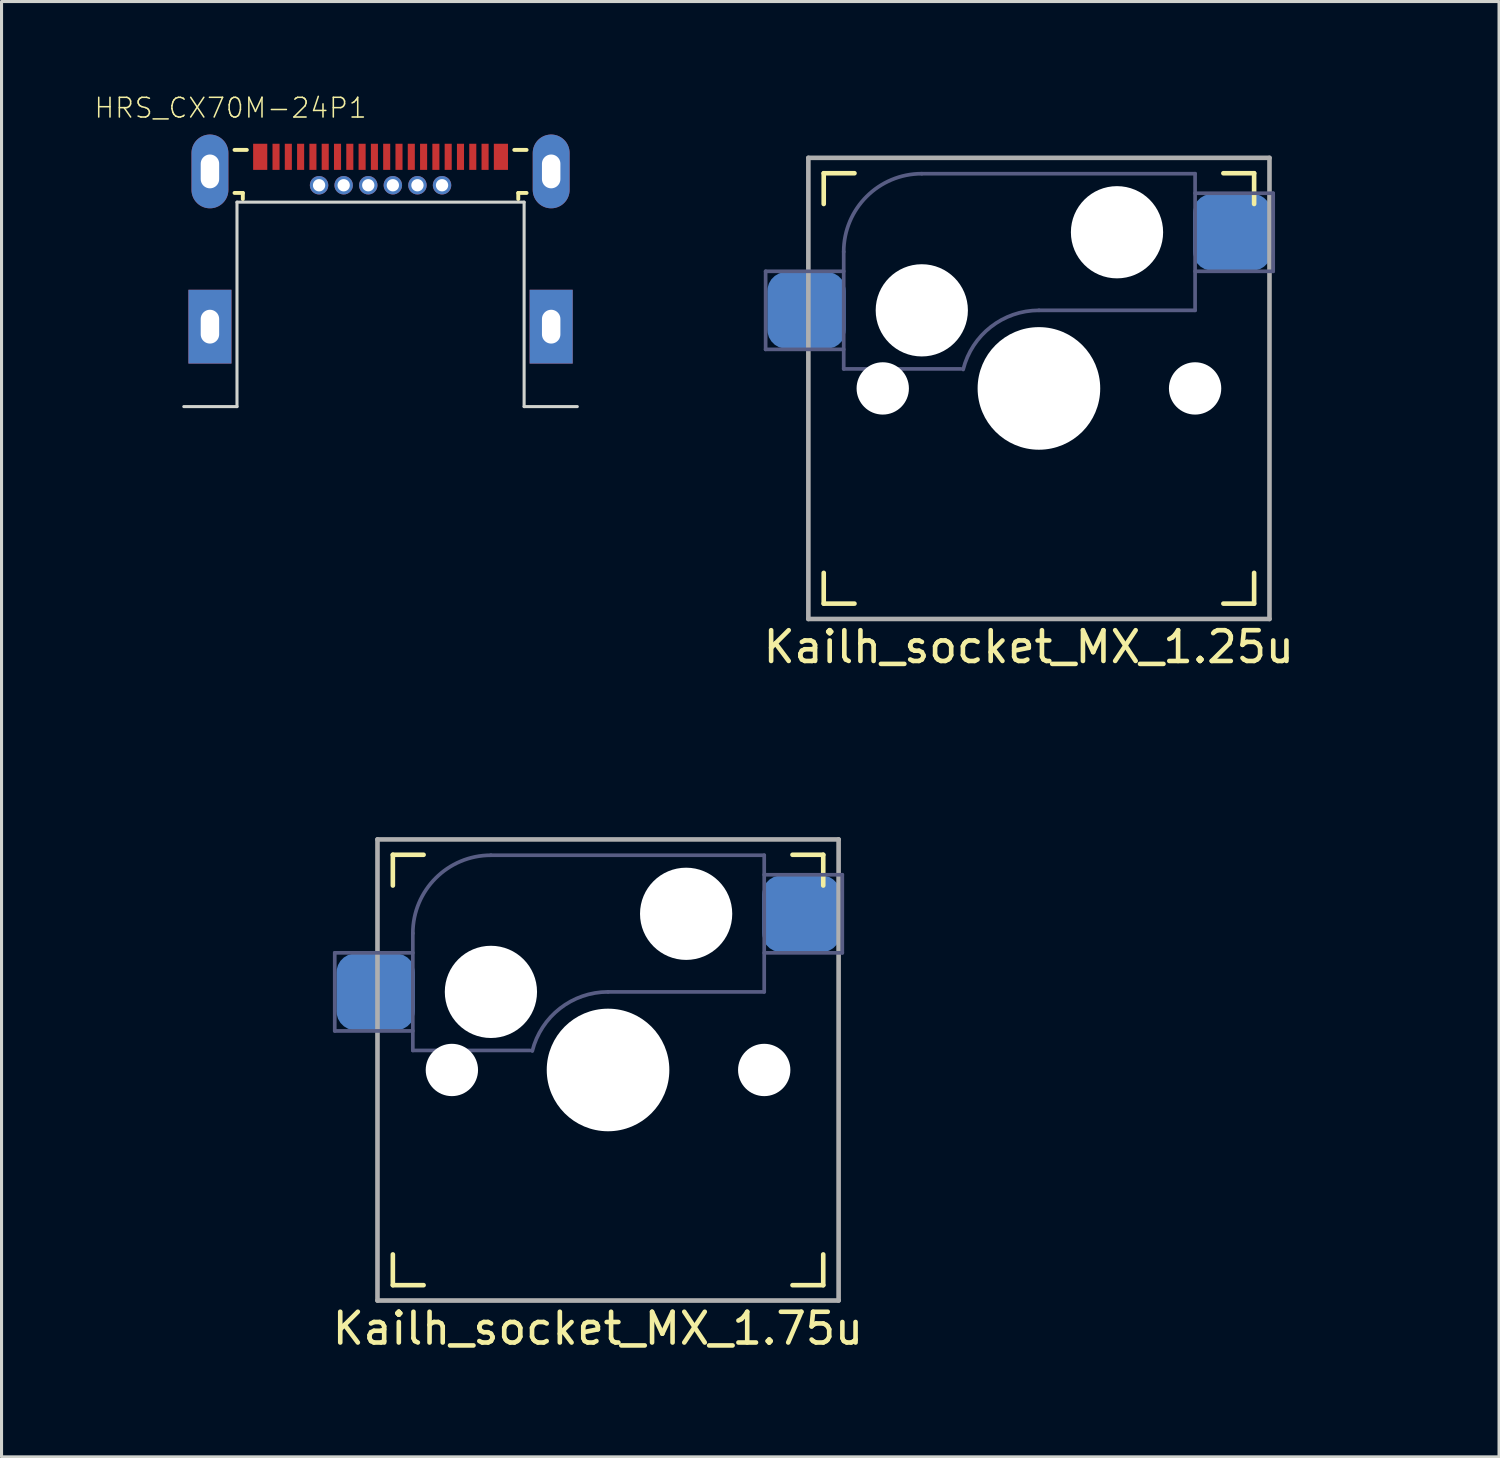
<source format=kicad_pcb>
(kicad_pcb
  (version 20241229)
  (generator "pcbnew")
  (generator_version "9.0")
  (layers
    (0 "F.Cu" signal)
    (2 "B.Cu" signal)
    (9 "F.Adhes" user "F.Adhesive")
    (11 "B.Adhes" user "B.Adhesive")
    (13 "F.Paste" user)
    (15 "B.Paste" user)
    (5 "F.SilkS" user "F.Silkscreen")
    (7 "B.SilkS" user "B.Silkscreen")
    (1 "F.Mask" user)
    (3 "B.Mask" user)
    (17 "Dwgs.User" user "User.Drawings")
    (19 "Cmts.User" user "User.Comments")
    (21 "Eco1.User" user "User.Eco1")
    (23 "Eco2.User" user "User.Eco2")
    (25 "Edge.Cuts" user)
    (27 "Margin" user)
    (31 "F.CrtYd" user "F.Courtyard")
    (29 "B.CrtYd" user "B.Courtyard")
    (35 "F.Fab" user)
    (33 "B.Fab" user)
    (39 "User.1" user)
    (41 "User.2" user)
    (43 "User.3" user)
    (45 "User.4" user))
  (footprint "Kailh_socket_MX_1.75u"
    (layer "F.Cu")
    (at 16.729 31.755)
    (property "Reference" "Kailh_socket_MX_1.75u" (at -0.33 8.41 180) (layer "F.SilkS") (effects (font (size 1 1) (thickness 0.15))))
    (attr through_hole)
    (fp_line (start -7 -7) (end -6 -7) (stroke (width 0.15) (type solid)) (layer "F.SilkS"))
    (fp_line (start -7 -6) (end -7 -7) (stroke (width 0.15) (type solid)) (layer "F.SilkS"))
    (fp_line (start -7 7) (end -7 6) (stroke (width 0.15) (type solid)) (layer "F.SilkS"))
    (fp_line (start -6 7) (end -7 7) (stroke (width 0.15) (type solid)) (layer "F.SilkS"))
    (fp_line (start 6 -7) (end 7 -7) (stroke (width 0.15) (type solid)) (layer "F.SilkS"))
    (fp_line (start 7 -7) (end 7 -6) (stroke (width 0.15) (type solid)) (layer "F.SilkS"))
    (fp_line (start 7 6) (end 7 7) (stroke (width 0.15) (type solid)) (layer "F.SilkS"))
    (fp_line (start 7 7) (end 6 7) (stroke (width 0.15) (type solid)) (layer "F.SilkS"))
    (fp_line (start -7 7) (end -7 -7) (stroke (width 0.1) (type solid)) (layer "Eco1.User"))
    (fp_line (start 7 -7) (end -7 -7) (stroke (width 0.1) (type solid)) (layer "Eco1.User"))
    (fp_line (start 7 7) (end -7 7) (stroke (width 0.1) (type solid)) (layer "Eco1.User"))
    (fp_line (start 7 7) (end 7 -7) (stroke (width 0.1) (type solid)) (layer "Eco1.User"))
    (fp_line (start -16.669 -9.525) (end 16.669 -9.525) (stroke (width 0.12) (type solid)) (layer "Eco2.User"))
    (fp_line (start -16.669 9.525) (end -16.669 -9.525) (stroke (width 0.12) (type solid)) (layer "Eco2.User"))
    (fp_line (start -0.8 4.25) (end 0.8 4.25) (stroke (width 0.12) (type solid)) (layer "Eco2.User"))
    (fp_line (start -0.8 5.85) (end -0.8 4.25) (stroke (width 0.12) (type solid)) (layer "Eco2.User"))
    (fp_line (start 0.8 4.25) (end 0.8 5.85) (stroke (width 0.12) (type solid)) (layer "Eco2.User"))
    (fp_line (start 0.8 5.85) (end -0.8 5.85) (stroke (width 0.12) (type solid)) (layer "Eco2.User"))
    (fp_line (start 16.669 -9.525) (end 16.669 9.525) (stroke (width 0.12) (type solid)) (layer "Eco2.User"))
    (fp_line (start 16.669 9.525) (end -16.669 9.525) (stroke (width 0.12) (type solid)) (layer "Eco2.User"))
    (fp_line (start -8.89 -3.81) (end -8.89 -1.27) (stroke (width 0.12) (type solid)) (layer "B.Fab"))
    (fp_line (start -8.89 -1.27) (end -6.35 -1.27) (stroke (width 0.12) (type solid)) (layer "B.Fab"))
    (fp_line (start -6.35 -4.445) (end -6.35 -0.635) (stroke (width 0.12) (type solid)) (layer "B.Fab"))
    (fp_line (start -6.35 -3.81) (end -8.89 -3.81) (stroke (width 0.12) (type solid)) (layer "B.Fab"))
    (fp_line (start -6.35 -0.635) (end -2.54 -0.635) (stroke (width 0.12) (type solid)) (layer "B.Fab"))
    (fp_line (start 0 -2.54) (end 5.08 -2.54) (stroke (width 0.12) (type solid)) (layer "B.Fab"))
    (fp_line (start 5.08 -6.985) (end -3.81 -6.985) (stroke (width 0.12) (type solid)) (layer "B.Fab"))
    (fp_line (start 5.08 -3.81) (end 7.62 -3.81) (stroke (width 0.12) (type solid)) (layer "B.Fab"))
    (fp_line (start 5.08 -2.54) (end 5.08 -6.985) (stroke (width 0.12) (type solid)) (layer "B.Fab"))
    (fp_line (start 7.62 -6.35) (end 5.08 -6.35) (stroke (width 0.12) (type solid)) (layer "B.Fab"))
    (fp_line (start 7.62 -3.81) (end 7.62 -6.35) (stroke (width 0.12) (type solid)) (layer "B.Fab"))
    (fp_arc (start -6.35 -4.445) (mid -5.606051 -6.241051) (end -3.81 -6.985) (stroke (width 0.12) (type solid)) (layer "B.Fab"))
    (fp_arc (start -2.464162 -0.61604) (mid -1.563147 -2.002042) (end 0 -2.54) (stroke (width 0.12) (type solid)) (layer "B.Fab"))
    (fp_line (start -7.5 -7.5) (end 7.5 -7.5) (stroke (width 0.15) (type solid)) (layer "F.Fab"))
    (fp_line (start -7.5 7.5) (end -7.5 -7.5) (stroke (width 0.15) (type solid)) (layer "F.Fab"))
    (fp_line (start 7.5 -7.5) (end 7.5 7.5) (stroke (width 0.15) (type solid)) (layer "F.Fab"))
    (fp_line (start 7.5 7.5) (end -7.5 7.5) (stroke (width 0.15) (type solid)) (layer "F.Fab"))
    (pad "" np_thru_hole circle (at -5.08 0 180) (size 1.702 1.702) (drill 1.702) (layers "*.Cu" "*.Mask"))
    (pad "" np_thru_hole circle (at -3.81 -2.54 153.5) (size 3 3) (drill 3) (layers "*.Cu" "*.Mask"))
    (pad "" np_thru_hole circle (at 0 0 180) (size 3.988 3.988) (drill 3.988) (layers "*.Cu" "*.Mask"))
    (pad "" np_thru_hole circle (at 2.54 -5.08 206.5) (size 3 3) (drill 3) (layers "*.Cu" "*.Mask"))
    (pad "" np_thru_hole circle (at 5.08 0 180) (size 1.702 1.702) (drill 1.702) (layers "*.Cu" "*.Mask"))
    (pad "1" smd roundrect (at 6.29 -5.08 180) (size 2.55 2.5) (layers "B.Cu" "B.Mask" "B.Paste") (roundrect_rratio 0.25))
    (pad "2" smd roundrect (at -7.56 -2.54 180) (size 2.55 2.5) (layers "B.Cu" "B.Mask" "B.Paste") (roundrect_rratio 0.25)))
  (footprint "Kailh_socket_MX_1.25u"
    (layer "F.Cu")
    (at 30.745 9.585)
    (property "Reference" "Kailh_socket_MX_1.25u" (at -0.33 8.41 180) (layer "F.SilkS") (effects (font (size 1 1) (thickness 0.15))))
    (attr through_hole)
    (fp_line (start -7 -7) (end -6 -7) (stroke (width 0.15) (type solid)) (layer "F.SilkS"))
    (fp_line (start -7 -6) (end -7 -7) (stroke (width 0.15) (type solid)) (layer "F.SilkS"))
    (fp_line (start -7 7) (end -7 6) (stroke (width 0.15) (type solid)) (layer "F.SilkS"))
    (fp_line (start -6 7) (end -7 7) (stroke (width 0.15) (type solid)) (layer "F.SilkS"))
    (fp_line (start 6 -7) (end 7 -7) (stroke (width 0.15) (type solid)) (layer "F.SilkS"))
    (fp_line (start 7 -7) (end 7 -6) (stroke (width 0.15) (type solid)) (layer "F.SilkS"))
    (fp_line (start 7 6) (end 7 7) (stroke (width 0.15) (type solid)) (layer "F.SilkS"))
    (fp_line (start 7 7) (end 6 7) (stroke (width 0.15) (type solid)) (layer "F.SilkS"))
    (fp_line (start -7 7) (end -7 -7) (stroke (width 0.1) (type solid)) (layer "Eco1.User"))
    (fp_line (start 7 -7) (end -7 -7) (stroke (width 0.1) (type solid)) (layer "Eco1.User"))
    (fp_line (start 7 7) (end -7 7) (stroke (width 0.1) (type solid)) (layer "Eco1.User"))
    (fp_line (start 7 7) (end 7 -7) (stroke (width 0.1) (type solid)) (layer "Eco1.User"))
    (fp_line (start -11.906 -9.525) (end 11.906 -9.525) (stroke (width 0.12) (type solid)) (layer "Eco2.User"))
    (fp_line (start -11.906 9.525) (end -11.906 -9.525) (stroke (width 0.12) (type solid)) (layer "Eco2.User"))
    (fp_line (start -0.8 4.25) (end 0.8 4.25) (stroke (width 0.12) (type solid)) (layer "Eco2.User"))
    (fp_line (start -0.8 5.85) (end -0.8 4.25) (stroke (width 0.12) (type solid)) (layer "Eco2.User"))
    (fp_line (start 0.8 4.25) (end 0.8 5.85) (stroke (width 0.12) (type solid)) (layer "Eco2.User"))
    (fp_line (start 0.8 5.85) (end -0.8 5.85) (stroke (width 0.12) (type solid)) (layer "Eco2.User"))
    (fp_line (start 11.906 -9.525) (end 11.906 9.525) (stroke (width 0.12) (type solid)) (layer "Eco2.User"))
    (fp_line (start 11.906 9.525) (end -11.906 9.525) (stroke (width 0.12) (type solid)) (layer "Eco2.User"))
    (fp_line (start -8.89 -3.81) (end -8.89 -1.27) (stroke (width 0.12) (type solid)) (layer "B.Fab"))
    (fp_line (start -8.89 -1.27) (end -6.35 -1.27) (stroke (width 0.12) (type solid)) (layer "B.Fab"))
    (fp_line (start -6.35 -4.445) (end -6.35 -0.635) (stroke (width 0.12) (type solid)) (layer "B.Fab"))
    (fp_line (start -6.35 -3.81) (end -8.89 -3.81) (stroke (width 0.12) (type solid)) (layer "B.Fab"))
    (fp_line (start -6.35 -0.635) (end -2.54 -0.635) (stroke (width 0.12) (type solid)) (layer "B.Fab"))
    (fp_line (start 0 -2.54) (end 5.08 -2.54) (stroke (width 0.12) (type solid)) (layer "B.Fab"))
    (fp_line (start 5.08 -6.985) (end -3.81 -6.985) (stroke (width 0.12) (type solid)) (layer "B.Fab"))
    (fp_line (start 5.08 -3.81) (end 7.62 -3.81) (stroke (width 0.12) (type solid)) (layer "B.Fab"))
    (fp_line (start 5.08 -2.54) (end 5.08 -6.985) (stroke (width 0.12) (type solid)) (layer "B.Fab"))
    (fp_line (start 7.62 -6.35) (end 5.08 -6.35) (stroke (width 0.12) (type solid)) (layer "B.Fab"))
    (fp_line (start 7.62 -3.81) (end 7.62 -6.35) (stroke (width 0.12) (type solid)) (layer "B.Fab"))
    (fp_arc (start -6.35 -4.445) (mid -5.606051 -6.241051) (end -3.81 -6.985) (stroke (width 0.12) (type solid)) (layer "B.Fab"))
    (fp_arc (start -2.464162 -0.61604) (mid -1.563147 -2.002042) (end 0 -2.54) (stroke (width 0.12) (type solid)) (layer "B.Fab"))
    (fp_line (start -7.5 -7.5) (end 7.5 -7.5) (stroke (width 0.15) (type solid)) (layer "F.Fab"))
    (fp_line (start -7.5 7.5) (end -7.5 -7.5) (stroke (width 0.15) (type solid)) (layer "F.Fab"))
    (fp_line (start 7.5 -7.5) (end 7.5 7.5) (stroke (width 0.15) (type solid)) (layer "F.Fab"))
    (fp_line (start 7.5 7.5) (end -7.5 7.5) (stroke (width 0.15) (type solid)) (layer "F.Fab"))
    (pad "" np_thru_hole circle (at -5.08 0 180) (size 1.702 1.702) (drill 1.702) (layers "*.Cu" "*.Mask"))
    (pad "" np_thru_hole circle (at -3.81 -2.54 153.5) (size 3 3) (drill 3) (layers "*.Cu" "*.Mask"))
    (pad "" np_thru_hole circle (at 0 0 180) (size 3.988 3.988) (drill 3.988) (layers "*.Cu" "*.Mask"))
    (pad "" np_thru_hole circle (at 2.54 -5.08 206.5) (size 3 3) (drill 3) (layers "*.Cu" "*.Mask"))
    (pad "" np_thru_hole circle (at 5.08 0 180) (size 1.702 1.702) (drill 1.702) (layers "*.Cu" "*.Mask"))
    (pad "1" smd roundrect (at 6.29 -5.08 180) (size 2.55 2.5) (layers "B.Cu" "B.Mask" "B.Paste") (roundrect_rratio 0.25))
    (pad "2" smd roundrect (at -7.56 -2.54 180) (size 2.55 2.5) (layers "B.Cu" "B.Mask" "B.Paste") (roundrect_rratio 0.25)))
  (footprint "HRS_CX70M-24P1"
    (layer "F.Cu")
    (at 9.329 7.576)
    (property "Reference" "HRS_CX70M-24P1" (at -4.879 -7.114 0) (layer "F.SilkS") (effects (font (size 0.641 0.641) (thickness 0.05))))
    (attr smd)
    (fp_line (start -4.75 -5.75) (end -4.35 -5.75) (stroke (width 0.127) (type solid)) (layer "F.SilkS"))
    (fp_line (start -4.75 -4.35) (end -4.48 -4.35) (stroke (width 0.127) (type solid)) (layer "F.SilkS"))
    (fp_line (start -4.48 -4.35) (end -4.48 -4.15) (stroke (width 0.127) (type solid)) (layer "F.SilkS"))
    (fp_line (start 4.35 -5.75) (end 4.75 -5.75) (stroke (width 0.127) (type solid)) (layer "F.SilkS"))
    (fp_line (start 4.48 -4.35) (end 4.48 -4.15) (stroke (width 0.127) (type solid)) (layer "F.SilkS"))
    (fp_line (start 4.75 -4.35) (end 4.48 -4.35) (stroke (width 0.127) (type solid)) (layer "F.SilkS"))
    (fp_line (start -6.4 -6.5) (end 6.4 -6.5) (stroke (width 0.05) (type solid)) (layer "Eco1.User"))
    (fp_line (start -6.4 2.85) (end -6.4 -6.5) (stroke (width 0.05) (type solid)) (layer "Eco1.User"))
    (fp_line (start 6.4 -6.5) (end 6.4 2.85) (stroke (width 0.05) (type solid)) (layer "Eco1.User"))
    (fp_line (start 6.4 2.85) (end -6.4 2.85) (stroke (width 0.05) (type solid)) (layer "Eco1.User"))
    (fp_line (start -5.7 -5.75) (end -5.7 -4.35) (stroke (width 0.127) (type solid)) (layer "Eco2.User"))
    (fp_line (start -5.7 -5.75) (end 5.7 -5.75) (stroke (width 0.127) (type solid)) (layer "Eco2.User"))
    (fp_line (start -5.7 -4.35) (end -4.48 -4.35) (stroke (width 0.127) (type solid)) (layer "Eco2.User"))
    (fp_line (start -4.48 2.6) (end -4.48 -4.35) (stroke (width 0.127) (type solid)) (layer "Eco2.User"))
    (fp_line (start 4.48 -4.35) (end 4.48 2.6) (stroke (width 0.127) (type solid)) (layer "Eco2.User"))
    (fp_line (start 4.48 -4.35) (end 5.7 -4.35) (stroke (width 0.127) (type solid)) (layer "Eco2.User"))
    (fp_line (start 4.48 2.6) (end -4.48 2.6) (stroke (width 0.127) (type solid)) (layer "Eco2.User"))
    (fp_line (start 5.7 -5.75) (end 5.7 -4.35) (stroke (width 0.127) (type solid)) (layer "Eco2.User"))
    (fp_line (start -6.4 2.6) (end -4.67 2.6) (stroke (width 0.1) (type solid)) (layer "Edge.Cuts"))
    (fp_line (start -4.67 -4.05) (end 4.67 -4.05) (stroke (width 0.1) (type solid)) (layer "Edge.Cuts"))
    (fp_line (start -4.67 2.6) (end -4.67 -4.05) (stroke (width 0.1) (type solid)) (layer "Edge.Cuts"))
    (fp_line (start 4.67 -4.05) (end 4.67 2.6) (stroke (width 0.1) (type solid)) (layer "Edge.Cuts"))
    (fp_line (start 4.67 2.6) (end 6.4 2.6) (stroke (width 0.1) (type solid)) (layer "Edge.Cuts"))
    (pad "A1" smd rect (at -2.2 -5.525 90) (size 0.85 0.23) (layers "F.Cu" "F.Mask" "F.Paste"))
    (pad "A2" smd rect (at -1.8 -5.525 90) (size 0.85 0.23) (layers "F.Cu" "F.Mask" "F.Paste"))
    (pad "A3" smd rect (at -1.4 -5.525 90) (size 0.85 0.23) (layers "F.Cu" "F.Mask" "F.Paste"))
    (pad "A4" smd rect (at -1 -5.525 90) (size 0.85 0.23) (layers "F.Cu" "F.Mask" "F.Paste"))
    (pad "A5" smd rect (at -0.6 -5.525 90) (size 0.85 0.23) (layers "F.Cu" "F.Mask" "F.Paste"))
    (pad "A6" smd rect (at -0.2 -5.525 90) (size 0.85 0.23) (layers "F.Cu" "F.Mask" "F.Paste"))
    (pad "A7" smd rect (at 0.2 -5.525 90) (size 0.85 0.23) (layers "F.Cu" "F.Mask" "F.Paste"))
    (pad "A8" smd rect (at 0.6 -5.525 90) (size 0.85 0.23) (layers "F.Cu" "F.Mask" "F.Paste"))
    (pad "A9" smd rect (at 1 -5.525 90) (size 0.85 0.23) (layers "F.Cu" "F.Mask" "F.Paste"))
    (pad "A10" smd rect (at 1.4 -5.525 90) (size 0.85 0.23) (layers "F.Cu" "F.Mask" "F.Paste"))
    (pad "A11" smd rect (at 1.8 -5.525 90) (size 0.85 0.23) (layers "F.Cu" "F.Mask" "F.Paste"))
    (pad "A12" smd rect (at 2.2 -5.525 90) (size 0.85 0.23) (layers "F.Cu" "F.Mask" "F.Paste"))
    (pad "B1" smd rect (at 3.4 -5.525 90) (size 0.85 0.23) (layers "F.Cu" "F.Mask" "F.Paste"))
    (pad "B2" smd rect (at 3 -5.525 90) (size 0.85 0.23) (layers "F.Cu" "F.Mask" "F.Paste"))
    (pad "B3" smd rect (at 2.6 -5.525 90) (size 0.85 0.23) (layers "F.Cu" "F.Mask" "F.Paste"))
    (pad "B4" thru_hole circle (at 2 -4.6) (size 0.6 0.6) (drill 0.4) (layers "*.Cu" "*.Mask"))
    (pad "B5" thru_hole circle (at 1.2 -4.6) (size 0.6 0.6) (drill 0.4) (layers "*.Cu" "*.Mask"))
    (pad "B6" thru_hole circle (at 0.4 -4.6) (size 0.6 0.6) (drill 0.4) (layers "*.Cu" "*.Mask"))
    (pad "B7" thru_hole circle (at -0.4 -4.6) (size 0.6 0.6) (drill 0.4) (layers "*.Cu" "*.Mask"))
    (pad "B8" thru_hole circle (at -1.2 -4.6) (size 0.6 0.6) (drill 0.4) (layers "*.Cu" "*.Mask"))
    (pad "B9" thru_hole circle (at -2 -4.6) (size 0.6 0.6) (drill 0.4) (layers "*.Cu" "*.Mask"))
    (pad "B10" smd rect (at -2.6 -5.525 90) (size 0.85 0.23) (layers "F.Cu" "F.Mask" "F.Paste"))
    (pad "B11" smd rect (at -3 -5.525 90) (size 0.85 0.23) (layers "F.Cu" "F.Mask" "F.Paste"))
    (pad "B12" smd rect (at -3.4 -5.525 90) (size 0.85 0.23) (layers "F.Cu" "F.Mask" "F.Paste"))
    (pad "S1" thru_hole oval (at -5.55 -5.05 90) (size 2.4 1.2) (drill oval 1.1 0.6) (layers "*.Cu" "*.Mask"))
    (pad "S2" smd rect (at -3.915 -5.525 90) (size 0.85 0.46) (layers "F.Cu" "F.Mask" "F.Paste"))
    (pad "S3" smd rect (at 3.915 -5.525 90) (size 0.85 0.46) (layers "F.Cu" "F.Mask" "F.Paste"))
    (pad "S4" thru_hole oval (at 5.55 -5.05 90) (size 2.4 1.2) (drill oval 1.1 0.6) (layers "*.Cu" "*.Mask"))
    (pad "S5" thru_hole rect (at -5.55 0 90) (size 2.4 1.4) (drill oval 1.1 0.6) (layers "*.Cu" "*.Mask"))
    (pad "S6" thru_hole rect (at 5.55 0 90) (size 2.4 1.4) (drill oval 1.1 0.6) (layers "*.Cu" "*.Mask")))
  (gr_rect
    (start -3 -3)
    (end 45.712 44.34)
    (stroke (width 0.1) (type default))
    (fill no)
    (layer "Edge.Cuts")))
</source>
